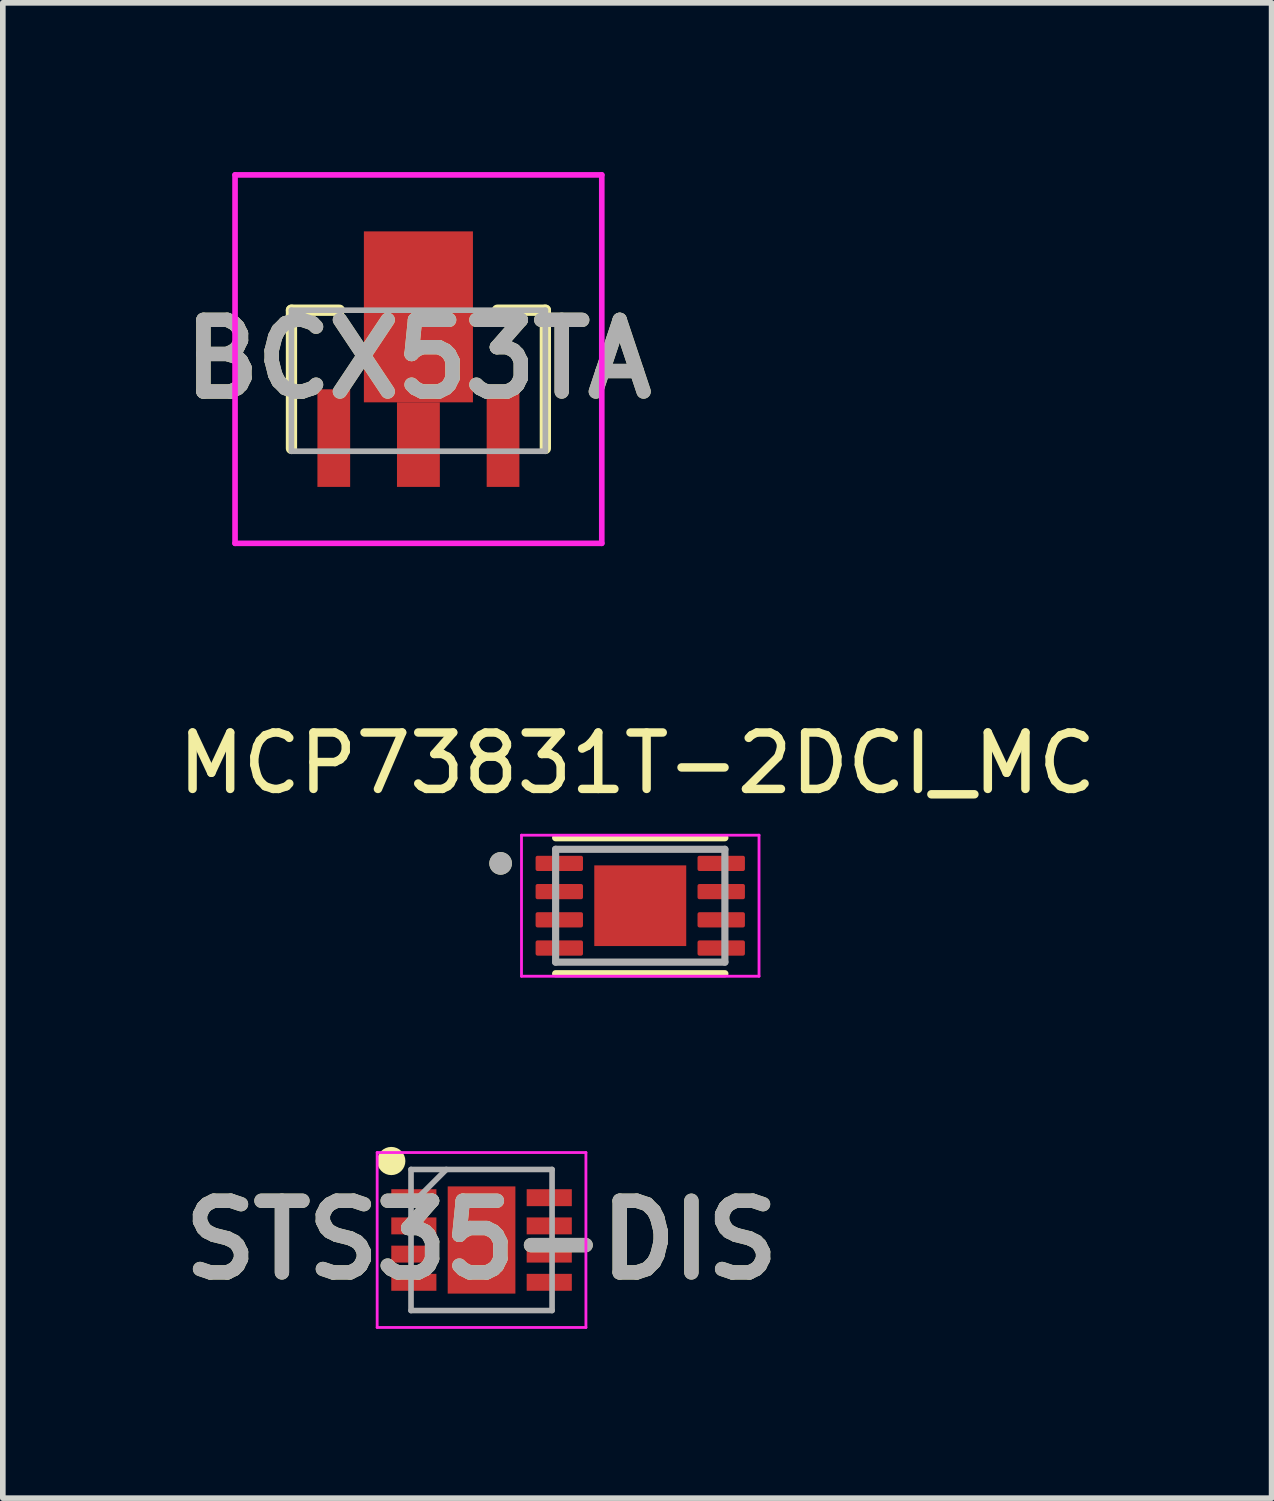
<source format=kicad_pcb>
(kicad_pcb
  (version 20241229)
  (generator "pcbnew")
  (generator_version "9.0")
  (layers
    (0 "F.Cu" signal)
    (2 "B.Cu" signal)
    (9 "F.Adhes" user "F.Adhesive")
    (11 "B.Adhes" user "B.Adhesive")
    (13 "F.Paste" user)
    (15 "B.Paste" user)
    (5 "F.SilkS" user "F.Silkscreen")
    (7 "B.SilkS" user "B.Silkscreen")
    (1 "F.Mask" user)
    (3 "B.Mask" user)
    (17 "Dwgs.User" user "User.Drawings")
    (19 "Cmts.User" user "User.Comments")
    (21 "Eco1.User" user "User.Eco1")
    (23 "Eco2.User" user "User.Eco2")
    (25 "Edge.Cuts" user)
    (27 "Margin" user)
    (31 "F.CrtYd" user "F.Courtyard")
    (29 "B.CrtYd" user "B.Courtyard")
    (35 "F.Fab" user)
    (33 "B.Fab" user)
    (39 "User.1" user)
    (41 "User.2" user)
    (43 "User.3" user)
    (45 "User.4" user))
  (footprint "MCP73831T-2DCI_MC"
    (layer "F.Cu")
    (at 8.298 13.003)
    (property "Reference" "MCP73831T-2DCI_MC" (at -0.054 -2.525 0) (layer "F.SilkS") (effects (font (size 1 1) (thickness 0.15))))
    (attr smd)
    (fp_line (start -1.5 -1.205) (end 1.5 -1.205) (stroke (width 0.127) (type solid)) (layer "F.SilkS"))
    (fp_line (start -1.5 1.205) (end 1.5 1.205) (stroke (width 0.127) (type solid)) (layer "F.SilkS"))
    (fp_circle (center -2.475 -0.75) (end -2.375 -0.75) (stroke (width 0.2) (type solid)) (fill no) (layer "F.SilkS"))
    (fp_poly (pts (xy -0.51 -0.45) (xy 0.51 -0.45) (xy 0.51 0.45) (xy -0.51 0.45)) (stroke (width 0.01) (type solid)) (fill yes) (layer "F.Paste"))
    (fp_line (start -2.105 -1.25) (end -2.105 1.25) (stroke (width 0.05) (type solid)) (layer "F.CrtYd"))
    (fp_line (start -2.105 -1.25) (end 2.105 -1.25) (stroke (width 0.05) (type solid)) (layer "F.CrtYd"))
    (fp_line (start -2.105 1.25) (end 2.105 1.25) (stroke (width 0.05) (type solid)) (layer "F.CrtYd"))
    (fp_line (start 2.105 -1.25) (end 2.105 1.25) (stroke (width 0.05) (type solid)) (layer "F.CrtYd"))
    (fp_line (start -1.5 -1) (end -1.5 1) (stroke (width 0.127) (type solid)) (layer "F.Fab"))
    (fp_line (start -1.5 -1) (end 1.5 -1) (stroke (width 0.127) (type solid)) (layer "F.Fab"))
    (fp_line (start -1.5 1) (end 1.5 1) (stroke (width 0.127) (type solid)) (layer "F.Fab"))
    (fp_line (start 1.5 -1) (end 1.5 1) (stroke (width 0.127) (type solid)) (layer "F.Fab"))
    (fp_circle (center -2.475 -0.75) (end -2.375 -0.75) (stroke (width 0.2) (type solid)) (fill no) (layer "F.Fab"))
    (pad "1" smd roundrect (at -1.435 -0.75) (size 0.84 0.27) (layers "F.Cu" "F.Mask" "F.Paste") (roundrect_rratio 0.125))
    (pad "2" smd roundrect (at -1.435 -0.25) (size 0.84 0.27) (layers "F.Cu" "F.Mask" "F.Paste") (roundrect_rratio 0.125))
    (pad "3" smd roundrect (at -1.435 0.25) (size 0.84 0.27) (layers "F.Cu" "F.Mask" "F.Paste") (roundrect_rratio 0.125))
    (pad "4" smd roundrect (at -1.435 0.75) (size 0.84 0.27) (layers "F.Cu" "F.Mask" "F.Paste") (roundrect_rratio 0.125))
    (pad "5" smd roundrect (at 1.435 0.75) (size 0.84 0.27) (layers "F.Cu" "F.Mask" "F.Paste") (roundrect_rratio 0.125))
    (pad "6" smd roundrect (at 1.435 0.25) (size 0.84 0.27) (layers "F.Cu" "F.Mask" "F.Paste") (roundrect_rratio 0.125))
    (pad "7" smd roundrect (at 1.435 -0.25) (size 0.84 0.27) (layers "F.Cu" "F.Mask" "F.Paste") (roundrect_rratio 0.125))
    (pad "8" smd roundrect (at 1.435 -0.75) (size 0.84 0.27) (layers "F.Cu" "F.Mask" "F.Paste") (roundrect_rratio 0.125))
    (pad "9" smd rect (at 0 0) (size 1.63 1.43) (layers "F.Cu" "F.Mask")))
  (footprint "STS35-DIS"
    (layer "F.Cu")
    (at 5.485 18.928)
    (property "Reference" "STS35-DIS" (at 0 0 0) (layer "F.SilkS") (effects (font (size 1.27 1.27) (thickness 0.254))))
    (attr smd)
    (fp_circle (center -1.6 -1.4) (end -1.6 -1.275) (stroke (width 0.25) (type solid)) (fill no) (layer "F.SilkS"))
    (fp_line (start -1.85 -1.55) (end 1.85 -1.55) (stroke (width 0.05) (type solid)) (layer "F.CrtYd"))
    (fp_line (start -1.85 1.55) (end -1.85 -1.55) (stroke (width 0.05) (type solid)) (layer "F.CrtYd"))
    (fp_line (start 1.85 -1.55) (end 1.85 1.55) (stroke (width 0.05) (type solid)) (layer "F.CrtYd"))
    (fp_line (start 1.85 1.55) (end -1.85 1.55) (stroke (width 0.05) (type solid)) (layer "F.CrtYd"))
    (fp_line (start -1.25 -1.25) (end 1.25 -1.25) (stroke (width 0.1) (type solid)) (layer "F.Fab"))
    (fp_line (start -1.25 -0.625) (end -0.625 -1.25) (stroke (width 0.1) (type solid)) (layer "F.Fab"))
    (fp_line (start -1.25 1.25) (end -1.25 -1.25) (stroke (width 0.1) (type solid)) (layer "F.Fab"))
    (fp_line (start 1.25 -1.25) (end 1.25 1.25) (stroke (width 0.1) (type solid)) (layer "F.Fab"))
    (fp_line (start 1.25 1.25) (end -1.25 1.25) (stroke (width 0.1) (type solid)) (layer "F.Fab"))
    (fp_text user "${REFERENCE}" (at 0 0 0) (layer "F.Fab") (effects (font (size 1.27 1.27) (thickness 0.254))))
    (pad "1" smd rect (at -1.2 -0.75 90) (size 0.3 0.8) (layers "F.Cu" "F.Mask" "F.Paste"))
    (pad "2" smd rect (at -1.2 -0.25 90) (size 0.3 0.8) (layers "F.Cu" "F.Mask" "F.Paste"))
    (pad "3" smd rect (at -1.2 0.25 90) (size 0.3 0.8) (layers "F.Cu" "F.Mask" "F.Paste"))
    (pad "4" smd rect (at -1.2 0.75 90) (size 0.3 0.8) (layers "F.Cu" "F.Mask" "F.Paste"))
    (pad "5" smd rect (at 1.2 0.75 90) (size 0.3 0.8) (layers "F.Cu" "F.Mask" "F.Paste"))
    (pad "6" smd rect (at 1.2 0.25 90) (size 0.3 0.8) (layers "F.Cu" "F.Mask" "F.Paste"))
    (pad "7" smd rect (at 1.2 -0.25 90) (size 0.3 0.8) (layers "F.Cu" "F.Mask" "F.Paste"))
    (pad "8" smd rect (at 1.2 -0.75 90) (size 0.3 0.8) (layers "F.Cu" "F.Mask" "F.Paste"))
    (pad "9" smd rect (at 0 0) (size 1.2 1.9) (layers "F.Cu" "F.Mask" "F.Paste")))
  (footprint "BCX53TA"
    (layer "F.Cu")
    (at 4.366 3.698)
    (property "Reference" "BCX53TA" (at 0 -0.383 0) (layer "F.SilkS") (effects (font (size 1.27 1.27) (thickness 0.254))))
    (attr smd)
    (fp_line (start -2.25 -1.25) (end -2.25 1.2) (stroke (width 0.2) (type solid)) (layer "F.SilkS"))
    (fp_line (start -1.4 -1.25) (end -2.25 -1.25) (stroke (width 0.2) (type solid)) (layer "F.SilkS"))
    (fp_line (start 1.4 -1.25) (end 2.25 -1.25) (stroke (width 0.2) (type solid)) (layer "F.SilkS"))
    (fp_line (start 2.25 -1.25) (end 2.25 1.2) (stroke (width 0.2) (type solid)) (layer "F.SilkS"))
    (fp_line (start -3.25 -3.648) (end 3.25 -3.648) (stroke (width 0.1) (type solid)) (layer "F.CrtYd"))
    (fp_line (start -3.25 2.882) (end -3.25 -3.648) (stroke (width 0.1) (type solid)) (layer "F.CrtYd"))
    (fp_line (start 3.25 -3.648) (end 3.25 2.882) (stroke (width 0.1) (type solid)) (layer "F.CrtYd"))
    (fp_line (start 3.25 2.882) (end -3.25 2.882) (stroke (width 0.1) (type solid)) (layer "F.CrtYd"))
    (fp_line (start -2.25 -1.25) (end 2.25 -1.25) (stroke (width 0.1) (type solid)) (layer "F.Fab"))
    (fp_line (start -2.25 1.25) (end -2.25 -1.25) (stroke (width 0.1) (type solid)) (layer "F.Fab"))
    (fp_line (start 2.25 -1.25) (end 2.25 1.25) (stroke (width 0.1) (type solid)) (layer "F.Fab"))
    (fp_line (start 2.25 1.25) (end -2.25 1.25) (stroke (width 0.1) (type solid)) (layer "F.Fab"))
    (fp_text user "${REFERENCE}" (at 0 -0.383 0) (layer "F.Fab") (effects (font (size 1.27 1.27) (thickness 0.254))))
    (pad "1" smd rect (at -1.5 1.017) (size 0.58 1.73) (layers "F.Cu" "F.Mask" "F.Paste"))
    (pad "2" smd rect (at 0 1.132) (size 0.76 1.5) (layers "F.Cu" "F.Mask" "F.Paste"))
    (pad "3" smd rect (at 1.5 1.017) (size 0.58 1.73) (layers "F.Cu" "F.Mask" "F.Paste"))
    (pad "4" smd rect (at 0 -1.132) (size 1.933 3.03) (layers "F.Cu" "F.Mask" "F.Paste")))
  (gr_rect
    (start -3 -3)
    (end 19.488 23.503)
    (stroke (width 0.1) (type default))
    (fill no)
    (layer "Edge.Cuts")))
</source>
